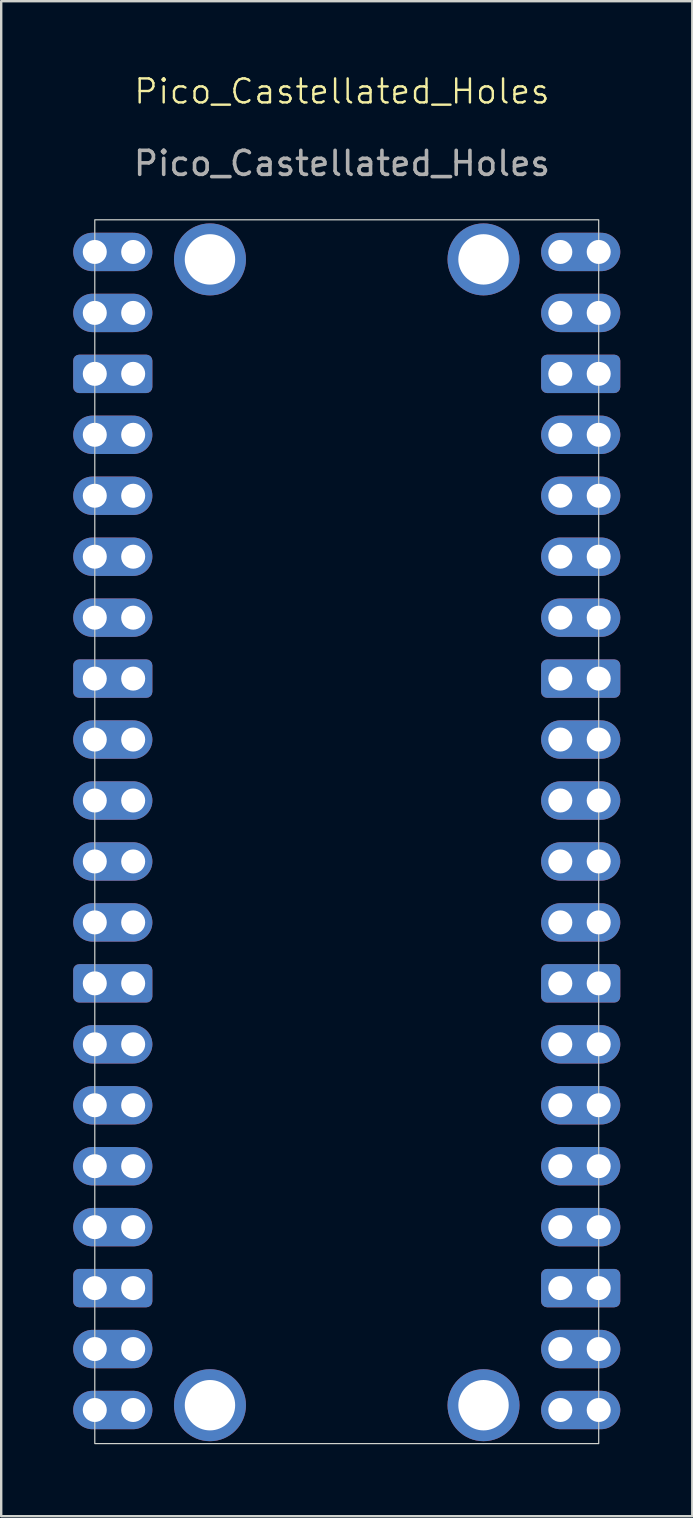
<source format=kicad_pcb>
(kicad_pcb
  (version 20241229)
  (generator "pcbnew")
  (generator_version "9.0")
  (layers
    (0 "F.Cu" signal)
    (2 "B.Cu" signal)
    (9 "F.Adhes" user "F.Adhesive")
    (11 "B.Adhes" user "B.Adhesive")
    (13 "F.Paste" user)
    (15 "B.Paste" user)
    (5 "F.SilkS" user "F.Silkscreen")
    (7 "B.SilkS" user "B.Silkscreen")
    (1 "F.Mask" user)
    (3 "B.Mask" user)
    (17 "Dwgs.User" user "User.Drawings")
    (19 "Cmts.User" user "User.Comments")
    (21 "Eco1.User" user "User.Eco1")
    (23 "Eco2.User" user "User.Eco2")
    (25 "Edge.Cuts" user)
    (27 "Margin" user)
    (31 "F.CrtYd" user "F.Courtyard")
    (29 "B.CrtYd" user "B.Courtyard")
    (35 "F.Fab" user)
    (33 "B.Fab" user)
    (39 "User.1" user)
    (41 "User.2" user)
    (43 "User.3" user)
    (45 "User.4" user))
  (footprint "Pico_Castellated_Holes"
    (layer "F.Cu")
    (at 11.2 1.26)
    (property "Reference" "Pico_Castellated_Holes" (at 0 -0.5 0) (unlocked yes) (layer "F.SilkS") (effects (font (size 1 1) (thickness 0.1))))
    (attr smd)
    (fp_rect (start -10.3 4.85) (end 10.7 55.85) (stroke (width 0.05) (type default)) (fill no) (layer "Edge.Cuts"))
    (fp_text user "${REFERENCE}" (at 0 2.5 0) (unlocked yes) (layer "F.Fab") (effects (font (size 1 1) (thickness 0.15))))
    (pad "1" thru_hole circle (at -10.3 6.19) (size 1 1) (drill 1) (property pad_prop_castellated) (layers "*.Cu" "*.Mask"))
    (pad "1" thru_hole oval (at -8.7 6.19) (size 3.3 1.6) (drill 1 (offset -0.85 0)) (property pad_prop_castellated) (layers "*.Cu" "*.Mask"))
    (pad "2" thru_hole circle (at -10.3 8.73) (size 1 1) (drill 1) (property pad_prop_castellated) (layers "*.Cu" "*.Mask"))
    (pad "2" thru_hole oval (at -8.7 8.73) (size 3.3 1.6) (drill 1 (offset -0.85 0)) (property pad_prop_castellated) (layers "*.Cu" "*.Mask"))
    (pad "3" thru_hole circle (at -10.3 11.27) (size 1 1) (drill 1) (property pad_prop_castellated) (layers "*.Cu" "*.Mask"))
    (pad "3" thru_hole roundrect (at -8.7 11.27) (size 3.3 1.6) (drill 1 (offset -0.85 0)) (property pad_prop_castellated) (layers "*.Cu" "*.Mask") (roundrect_rratio 0.156))
    (pad "4" thru_hole circle (at -10.3 13.81) (size 1 1) (drill 1) (property pad_prop_castellated) (layers "*.Cu" "*.Mask"))
    (pad "4" thru_hole oval (at -8.7 13.81) (size 3.3 1.6) (drill 1 (offset -0.85 0)) (property pad_prop_castellated) (layers "*.Cu" "*.Mask"))
    (pad "5" thru_hole circle (at -10.3 16.35) (size 1 1) (drill 1) (property pad_prop_castellated) (layers "*.Cu" "*.Mask"))
    (pad "5" thru_hole oval (at -8.7 16.35) (size 3.3 1.6) (drill 1 (offset -0.85 0)) (property pad_prop_castellated) (layers "*.Cu" "*.Mask"))
    (pad "6" thru_hole circle (at -10.3 18.89) (size 1 1) (drill 1) (property pad_prop_castellated) (layers "*.Cu" "*.Mask"))
    (pad "6" thru_hole oval (at -8.7 18.89) (size 3.3 1.6) (drill 1 (offset -0.85 0)) (property pad_prop_castellated) (layers "*.Cu" "*.Mask"))
    (pad "7" thru_hole circle (at -10.3 21.43) (size 1 1) (drill 1) (property pad_prop_castellated) (layers "*.Cu" "*.Mask"))
    (pad "7" thru_hole oval (at -8.7 21.43) (size 3.3 1.6) (drill 1 (offset -0.85 0)) (property pad_prop_castellated) (layers "*.Cu" "*.Mask"))
    (pad "8" thru_hole circle (at -10.3 23.97) (size 1 1) (drill 1) (property pad_prop_castellated) (layers "*.Cu" "*.Mask"))
    (pad "8" thru_hole roundrect (at -8.7 23.97) (size 3.3 1.6) (drill 1 (offset -0.85 0)) (property pad_prop_castellated) (layers "*.Cu" "*.Mask") (roundrect_rratio 0.156))
    (pad "9" thru_hole circle (at -10.3 26.51) (size 1 1) (drill 1) (property pad_prop_castellated) (layers "*.Cu" "*.Mask"))
    (pad "9" thru_hole oval (at -8.7 26.51) (size 3.3 1.6) (drill 1 (offset -0.85 0)) (property pad_prop_castellated) (layers "*.Cu" "*.Mask"))
    (pad "10" thru_hole circle (at -10.3 29.05) (size 1 1) (drill 1) (property pad_prop_castellated) (layers "*.Cu" "*.Mask"))
    (pad "10" thru_hole oval (at -8.7 29.05) (size 3.3 1.6) (drill 1 (offset -0.85 0)) (property pad_prop_castellated) (layers "*.Cu" "*.Mask"))
    (pad "11" thru_hole circle (at -10.3 31.59) (size 1 1) (drill 1) (property pad_prop_castellated) (layers "*.Cu" "*.Mask"))
    (pad "11" thru_hole oval (at -8.7 31.59) (size 3.3 1.6) (drill 1 (offset -0.85 0)) (property pad_prop_castellated) (layers "*.Cu" "*.Mask"))
    (pad "12" thru_hole circle (at -10.3 34.13) (size 1 1) (drill 1) (property pad_prop_castellated) (layers "*.Cu" "*.Mask"))
    (pad "12" thru_hole oval (at -8.7 34.13) (size 3.3 1.6) (drill 1 (offset -0.85 0)) (property pad_prop_castellated) (layers "*.Cu" "*.Mask"))
    (pad "13" thru_hole circle (at -10.3 36.67) (size 1 1) (drill 1) (property pad_prop_castellated) (layers "*.Cu" "*.Mask"))
    (pad "13" thru_hole roundrect (at -8.7 36.67) (size 3.3 1.6) (drill 1 (offset -0.85 0)) (property pad_prop_castellated) (layers "*.Cu" "*.Mask") (roundrect_rratio 0.156))
    (pad "14" thru_hole circle (at -10.3 39.21) (size 1 1) (drill 1) (property pad_prop_castellated) (layers "*.Cu" "*.Mask"))
    (pad "14" thru_hole oval (at -8.7 39.21) (size 3.3 1.6) (drill 1 (offset -0.85 0)) (property pad_prop_castellated) (layers "*.Cu" "*.Mask"))
    (pad "15" thru_hole circle (at -10.3 41.75) (size 1 1) (drill 1) (property pad_prop_castellated) (layers "*.Cu" "*.Mask"))
    (pad "15" thru_hole oval (at -8.7 41.75) (size 3.3 1.6) (drill 1 (offset -0.85 0)) (property pad_prop_castellated) (layers "*.Cu" "*.Mask"))
    (pad "16" thru_hole circle (at -10.3 44.29) (size 1 1) (drill 1) (property pad_prop_castellated) (layers "*.Cu" "*.Mask"))
    (pad "16" thru_hole oval (at -8.7 44.29) (size 3.3 1.6) (drill 1 (offset -0.85 0)) (property pad_prop_castellated) (layers "*.Cu" "*.Mask"))
    (pad "17" thru_hole circle (at -10.3 46.83) (size 1 1) (drill 1) (property pad_prop_castellated) (layers "*.Cu" "*.Mask"))
    (pad "17" thru_hole oval (at -8.7 46.83) (size 3.3 1.6) (drill 1 (offset -0.85 0)) (property pad_prop_castellated) (layers "*.Cu" "*.Mask"))
    (pad "18" thru_hole circle (at -10.3 49.37) (size 1 1) (drill 1) (property pad_prop_castellated) (layers "*.Cu" "*.Mask"))
    (pad "18" thru_hole roundrect (at -8.7 49.37) (size 3.3 1.6) (drill 1 (offset -0.85 0)) (property pad_prop_castellated) (layers "*.Cu" "*.Mask") (roundrect_rratio 0.156))
    (pad "19" thru_hole circle (at -10.3 51.91) (size 1 1) (drill 1) (property pad_prop_castellated) (layers "*.Cu" "*.Mask"))
    (pad "19" thru_hole oval (at -8.7 51.91) (size 3.3 1.6) (drill 1 (offset -0.85 0)) (property pad_prop_castellated) (layers "*.Cu" "*.Mask"))
    (pad "20" thru_hole circle (at -10.3 54.45) (size 1 1) (drill 1) (property pad_prop_castellated) (layers "*.Cu" "*.Mask"))
    (pad "20" thru_hole oval (at -8.7 54.45) (size 3.3 1.6) (drill 1 (offset -0.85 0)) (property pad_prop_castellated) (layers "*.Cu" "*.Mask"))
    (pad "21" thru_hole oval (at 9.1 6.19) (size 3.3 1.6) (drill 1 (offset 0.85 0)) (property pad_prop_castellated) (layers "*.Cu" "*.Mask"))
    (pad "21" thru_hole circle (at 10.7 6.19) (size 1 1) (drill 1) (property pad_prop_castellated) (layers "*.Cu" "*.Mask"))
    (pad "22" thru_hole oval (at 9.1 8.73) (size 3.3 1.6) (drill 1 (offset 0.85 0)) (property pad_prop_castellated) (layers "*.Cu" "*.Mask"))
    (pad "22" thru_hole circle (at 10.7 8.73) (size 1 1) (drill 1) (property pad_prop_castellated) (layers "*.Cu" "*.Mask"))
    (pad "23" thru_hole roundrect (at 9.1 11.27) (size 3.3 1.6) (drill 1 (offset 0.85 0)) (property pad_prop_castellated) (layers "*.Cu" "*.Mask") (roundrect_rratio 0.156))
    (pad "23" thru_hole circle (at 10.7 11.27) (size 1 1) (drill 1) (property pad_prop_castellated) (layers "*.Cu" "*.Mask"))
    (pad "24" thru_hole oval (at 9.1 13.81) (size 3.3 1.6) (drill 1 (offset 0.85 0)) (property pad_prop_castellated) (layers "*.Cu" "*.Mask"))
    (pad "24" thru_hole circle (at 10.7 13.81) (size 1 1) (drill 1) (property pad_prop_castellated) (layers "*.Cu" "*.Mask"))
    (pad "25" thru_hole oval (at 9.1 16.35) (size 3.3 1.6) (drill 1 (offset 0.85 0)) (property pad_prop_castellated) (layers "*.Cu" "*.Mask"))
    (pad "25" thru_hole circle (at 10.7 16.35) (size 1 1) (drill 1) (property pad_prop_castellated) (layers "*.Cu" "*.Mask"))
    (pad "26" thru_hole oval (at 9.1 18.89) (size 3.3 1.6) (drill 1 (offset 0.85 0)) (property pad_prop_castellated) (layers "*.Cu" "*.Mask"))
    (pad "26" thru_hole circle (at 10.7 18.89) (size 1 1) (drill 1) (property pad_prop_castellated) (layers "*.Cu" "*.Mask"))
    (pad "27" thru_hole oval (at 9.1 21.43) (size 3.3 1.6) (drill 1 (offset 0.85 0)) (property pad_prop_castellated) (layers "*.Cu" "*.Mask"))
    (pad "27" thru_hole circle (at 10.7 21.43) (size 1 1) (drill 1) (property pad_prop_castellated) (layers "*.Cu" "*.Mask"))
    (pad "28" thru_hole roundrect (at 9.1 23.97) (size 3.3 1.6) (drill 1 (offset 0.85 0)) (property pad_prop_castellated) (layers "*.Cu" "*.Mask") (roundrect_rratio 0.156))
    (pad "28" thru_hole circle (at 10.7 23.97) (size 1 1) (drill 1) (property pad_prop_castellated) (layers "*.Cu" "*.Mask"))
    (pad "29" thru_hole oval (at 9.1 26.51) (size 3.3 1.6) (drill 1 (offset 0.85 0)) (property pad_prop_castellated) (layers "*.Cu" "*.Mask"))
    (pad "29" thru_hole circle (at 10.7 26.51) (size 1 1) (drill 1) (property pad_prop_castellated) (layers "*.Cu" "*.Mask"))
    (pad "30" thru_hole oval (at 9.1 29.05) (size 3.3 1.6) (drill 1 (offset 0.85 0)) (property pad_prop_castellated) (layers "*.Cu" "*.Mask"))
    (pad "30" thru_hole circle (at 10.7 29.05) (size 1 1) (drill 1) (property pad_prop_castellated) (layers "*.Cu" "*.Mask"))
    (pad "31" thru_hole oval (at 9.1 31.59) (size 3.3 1.6) (drill 1 (offset 0.85 0)) (property pad_prop_castellated) (layers "*.Cu" "*.Mask"))
    (pad "31" thru_hole circle (at 10.7 31.59) (size 1 1) (drill 1) (property pad_prop_castellated) (layers "*.Cu" "*.Mask"))
    (pad "32" thru_hole oval (at 9.1 34.13) (size 3.3 1.6) (drill 1 (offset 0.85 0)) (property pad_prop_castellated) (layers "*.Cu" "*.Mask"))
    (pad "32" thru_hole circle (at 10.7 34.13) (size 1 1) (drill 1) (property pad_prop_castellated) (layers "*.Cu" "*.Mask"))
    (pad "33" thru_hole roundrect (at 9.1 36.67) (size 3.3 1.6) (drill 1 (offset 0.85 0)) (property pad_prop_castellated) (layers "*.Cu" "*.Mask") (roundrect_rratio 0.156))
    (pad "33" thru_hole circle (at 10.7 36.67) (size 1 1) (drill 1) (property pad_prop_castellated) (layers "*.Cu" "*.Mask"))
    (pad "34" thru_hole oval (at 9.1 39.21) (size 3.3 1.6) (drill 1 (offset 0.85 0)) (property pad_prop_castellated) (layers "*.Cu" "*.Mask"))
    (pad "34" thru_hole circle (at 10.7 39.21) (size 1 1) (drill 1) (property pad_prop_castellated) (layers "*.Cu" "*.Mask"))
    (pad "35" thru_hole oval (at 9.1 41.75) (size 3.3 1.6) (drill 1 (offset 0.85 0)) (property pad_prop_castellated) (layers "*.Cu" "*.Mask"))
    (pad "35" thru_hole circle (at 10.7 41.75) (size 1 1) (drill 1) (property pad_prop_castellated) (layers "*.Cu" "*.Mask"))
    (pad "36" thru_hole oval (at 9.1 44.29) (size 3.3 1.6) (drill 1 (offset 0.85 0)) (property pad_prop_castellated) (layers "*.Cu" "*.Mask"))
    (pad "36" thru_hole circle (at 10.7 44.29) (size 1 1) (drill 1) (property pad_prop_castellated) (layers "*.Cu" "*.Mask"))
    (pad "37" thru_hole oval (at 9.1 46.83) (size 3.3 1.6) (drill 1 (offset 0.85 0)) (property pad_prop_castellated) (layers "*.Cu" "*.Mask"))
    (pad "37" thru_hole circle (at 10.7 46.83) (size 1 1) (drill 1) (property pad_prop_castellated) (layers "*.Cu" "*.Mask"))
    (pad "38" thru_hole roundrect (at 9.1 49.37) (size 3.3 1.6) (drill 1 (offset 0.85 0)) (property pad_prop_castellated) (layers "*.Cu" "*.Mask") (roundrect_rratio 0.156))
    (pad "38" thru_hole circle (at 10.7 49.37) (size 1 1) (drill 1) (property pad_prop_castellated) (layers "*.Cu" "*.Mask"))
    (pad "39" thru_hole oval (at 9.1 51.91) (size 3.3 1.6) (drill 1 (offset 0.85 0)) (property pad_prop_castellated) (layers "*.Cu" "*.Mask"))
    (pad "39" thru_hole circle (at 10.7 51.91) (size 1 1) (drill 1) (property pad_prop_castellated) (layers "*.Cu" "*.Mask"))
    (pad "40" thru_hole oval (at 9.1 54.45) (size 3.3 1.6) (drill 1 (offset 0.85 0)) (property pad_prop_castellated) (layers "*.Cu" "*.Mask"))
    (pad "40" thru_hole circle (at 10.7 54.45) (size 1 1) (drill 1) (property pad_prop_castellated) (layers "*.Cu" "*.Mask"))
    (pad "GND" thru_hole circle (at -5.5 6.5) (size 3 3) (drill 2.1) (layers "*.Cu" "*.Mask"))
    (pad "GND" thru_hole circle (at -5.5 54.25) (size 3 3) (drill 2.1) (layers "*.Cu" "*.Mask"))
    (pad "GND" thru_hole circle (at 5.9 6.5) (size 3 3) (drill 2.1) (layers "*.Cu" "*.Mask"))
    (pad "GND" thru_hole circle (at 5.9 54.25) (size 3 3) (drill 2.1) (layers "*.Cu" "*.Mask")))
  (gr_rect
    (start -3 -3)
    (end 25.8 60.136)
    (stroke (width 0.1) (type default))
    (fill no)
    (layer "Edge.Cuts")))
</source>
